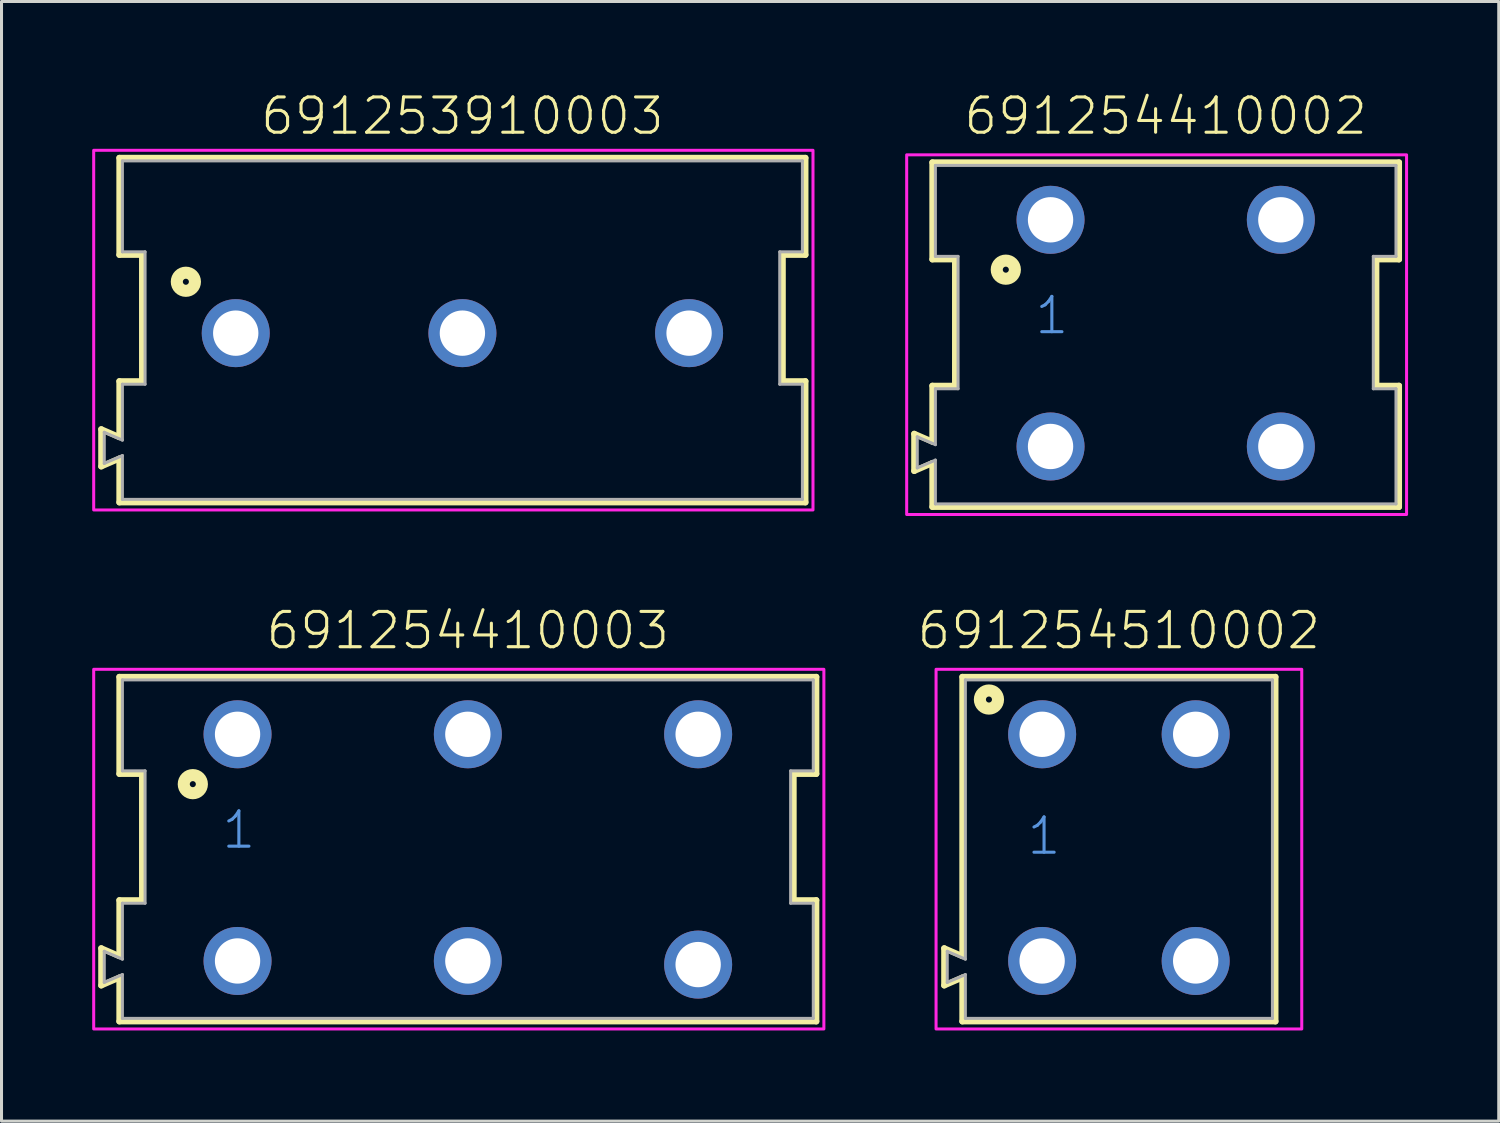
<source format=kicad_pcb>
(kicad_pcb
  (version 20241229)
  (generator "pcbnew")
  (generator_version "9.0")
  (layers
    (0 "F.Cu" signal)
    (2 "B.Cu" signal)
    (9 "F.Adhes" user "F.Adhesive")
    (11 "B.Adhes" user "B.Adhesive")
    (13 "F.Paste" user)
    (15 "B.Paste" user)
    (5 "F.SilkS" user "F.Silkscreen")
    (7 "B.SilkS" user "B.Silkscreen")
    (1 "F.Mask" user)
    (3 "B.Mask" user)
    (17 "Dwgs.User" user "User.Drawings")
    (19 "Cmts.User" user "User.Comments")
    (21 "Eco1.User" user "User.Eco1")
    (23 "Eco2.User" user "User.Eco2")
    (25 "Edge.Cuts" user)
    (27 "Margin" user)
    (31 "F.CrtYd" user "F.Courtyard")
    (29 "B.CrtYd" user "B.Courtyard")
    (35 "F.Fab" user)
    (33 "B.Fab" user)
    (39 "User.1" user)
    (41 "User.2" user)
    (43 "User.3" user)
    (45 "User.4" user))
  (footprint "691253910003"
    (layer "F.Cu")
    (at 12.25 7.973)
    (property "Reference" "691253910003" (at 0 -6.5 0) (unlocked yes) (layer "F.SilkS") (effects (font (size 1.168 1.168) (thickness 0.102)) (justify bottom)))
    (fp_line (start -11.95 3.18) (end -11.35 3.44) (stroke (width 0.2) (type solid)) (layer "F.SilkS"))
    (fp_line (start -11.95 4.41) (end -11.95 3.18) (stroke (width 0.2) (type solid)) (layer "F.SilkS"))
    (fp_line (start -11.35 -5.8) (end 11.35 -5.8) (stroke (width 0.2) (type solid)) (layer "F.SilkS"))
    (fp_line (start -11.35 -2.59) (end -11.35 -5.8) (stroke (width 0.2) (type solid)) (layer "F.SilkS"))
    (fp_line (start -11.35 1.59) (end -10.6 1.59) (stroke (width 0.2) (type solid)) (layer "F.SilkS"))
    (fp_line (start -11.35 3.44) (end -11.35 1.59) (stroke (width 0.2) (type solid)) (layer "F.SilkS"))
    (fp_line (start -11.35 4.15) (end -11.95 4.41) (stroke (width 0.2) (type solid)) (layer "F.SilkS"))
    (fp_line (start -11.35 5.6) (end -11.35 4.15) (stroke (width 0.2) (type solid)) (layer "F.SilkS"))
    (fp_line (start -10.6 -2.59) (end -11.35 -2.59) (stroke (width 0.2) (type solid)) (layer "F.SilkS"))
    (fp_line (start -10.6 1.59) (end -10.6 -2.59) (stroke (width 0.2) (type solid)) (layer "F.SilkS"))
    (fp_line (start 10.6 -2.59) (end 10.6 1.59) (stroke (width 0.2) (type solid)) (layer "F.SilkS"))
    (fp_line (start 10.6 1.59) (end 11.35 1.59) (stroke (width 0.2) (type solid)) (layer "F.SilkS"))
    (fp_line (start 11.35 -5.8) (end 11.35 -2.59) (stroke (width 0.2) (type solid)) (layer "F.SilkS"))
    (fp_line (start 11.35 -2.59) (end 10.6 -2.59) (stroke (width 0.2) (type solid)) (layer "F.SilkS"))
    (fp_line (start 11.35 1.59) (end 11.35 5.6) (stroke (width 0.2) (type solid)) (layer "F.SilkS"))
    (fp_line (start 11.35 5.6) (end -11.35 5.6) (stroke (width 0.2) (type solid)) (layer "F.SilkS"))
    (fp_circle (center -9.15 -1.7) (end -9.05 -1.7) (stroke (width 0.4) (type solid)) (fill no) (layer "F.SilkS"))
    (fp_poly (pts (xy 11.6 5.85) (xy -12.2 5.85) (xy -12.2 -6.05) (xy 11.6 -6.05)) (stroke (width 0.1) (type default)) (fill no) (layer "F.CrtYd"))
    (fp_line (start -11.85 3.28) (end -11.85 4.31) (stroke (width 0.1) (type solid)) (layer "F.Fab"))
    (fp_line (start -11.85 3.28) (end -11.25 3.54) (stroke (width 0.1) (type solid)) (layer "F.Fab"))
    (fp_line (start -11.85 4.31) (end -11.25 4.05) (stroke (width 0.1) (type solid)) (layer "F.Fab"))
    (fp_line (start -11.25 -5.7) (end -11.25 -2.69) (stroke (width 0.1) (type solid)) (layer "F.Fab"))
    (fp_line (start -11.25 -5.7) (end 11.25 -5.7) (stroke (width 0.1) (type solid)) (layer "F.Fab"))
    (fp_line (start -11.25 -2.69) (end -10.5 -2.69) (stroke (width 0.1) (type solid)) (layer "F.Fab"))
    (fp_line (start -11.25 1.69) (end -11.25 3.54) (stroke (width 0.1) (type solid)) (layer "F.Fab"))
    (fp_line (start -11.25 4.05) (end -11.25 5.5) (stroke (width 0.1) (type solid)) (layer "F.Fab"))
    (fp_line (start -11.25 5.5) (end 11.25 5.5) (stroke (width 0.1) (type solid)) (layer "F.Fab"))
    (fp_line (start -10.5 -2.69) (end -10.5 1.69) (stroke (width 0.1) (type solid)) (layer "F.Fab"))
    (fp_line (start -10.5 1.69) (end -11.25 1.69) (stroke (width 0.1) (type solid)) (layer "F.Fab"))
    (fp_line (start 10.5 -2.69) (end 10.5 1.69) (stroke (width 0.1) (type solid)) (layer "F.Fab"))
    (fp_line (start 10.5 1.69) (end 11.25 1.69) (stroke (width 0.1) (type solid)) (layer "F.Fab"))
    (fp_line (start 11.25 -5.7) (end 11.25 -2.69) (stroke (width 0.1) (type solid)) (layer "F.Fab"))
    (fp_line (start 11.25 -2.69) (end 10.5 -2.69) (stroke (width 0.1) (type solid)) (layer "F.Fab"))
    (fp_line (start 11.25 1.69) (end 11.25 5.5) (stroke (width 0.1) (type solid)) (layer "F.Fab"))
    (pad "1" thru_hole circle (at -7.5 0) (size 2.25 2.25) (drill 1.5) (layers "*.Cu" "*.Mask"))
    (pad "2" thru_hole circle (at 0 0) (size 2.25 2.25) (drill 1.5) (layers "*.Cu" "*.Mask"))
    (pad "3" thru_hole circle (at 7.5 0) (size 2.25 2.25) (drill 1.5) (layers "*.Cu" "*.Mask")))
  (footprint "691254410003"
    (layer "F.Cu")
    (at 12.43 24.996)
    (property "Reference" "691254410003" (at 0 -6.5 0) (unlocked yes) (layer "F.SilkS") (effects (font (size 1.168 1.168) (thickness 0.102)) (justify bottom)))
    (fp_line (start -12.13 3.33) (end -11.53 3.59) (stroke (width 0.2) (type solid)) (layer "F.SilkS"))
    (fp_line (start -12.13 4.56) (end -12.13 3.33) (stroke (width 0.2) (type solid)) (layer "F.SilkS"))
    (fp_line (start -11.53 -5.65) (end 11.53 -5.65) (stroke (width 0.2) (type solid)) (layer "F.SilkS"))
    (fp_line (start -11.53 -2.44) (end -11.53 -5.65) (stroke (width 0.2) (type solid)) (layer "F.SilkS"))
    (fp_line (start -11.53 1.74) (end -10.78 1.74) (stroke (width 0.2) (type solid)) (layer "F.SilkS"))
    (fp_line (start -11.53 3.59) (end -11.53 1.74) (stroke (width 0.2) (type solid)) (layer "F.SilkS"))
    (fp_line (start -11.53 4.3) (end -12.13 4.56) (stroke (width 0.2) (type solid)) (layer "F.SilkS"))
    (fp_line (start -11.53 5.75) (end -11.53 4.3) (stroke (width 0.2) (type solid)) (layer "F.SilkS"))
    (fp_line (start -10.78 -2.44) (end -11.53 -2.44) (stroke (width 0.2) (type solid)) (layer "F.SilkS"))
    (fp_line (start -10.78 1.74) (end -10.78 -2.44) (stroke (width 0.2) (type solid)) (layer "F.SilkS"))
    (fp_line (start 10.78 -2.44) (end 10.78 1.74) (stroke (width 0.2) (type solid)) (layer "F.SilkS"))
    (fp_line (start 10.78 1.74) (end 11.53 1.74) (stroke (width 0.2) (type solid)) (layer "F.SilkS"))
    (fp_line (start 11.53 -5.65) (end 11.53 -2.44) (stroke (width 0.2) (type solid)) (layer "F.SilkS"))
    (fp_line (start 11.53 -2.44) (end 10.78 -2.44) (stroke (width 0.2) (type solid)) (layer "F.SilkS"))
    (fp_line (start 11.53 1.74) (end 11.53 5.75) (stroke (width 0.2) (type solid)) (layer "F.SilkS"))
    (fp_line (start 11.53 5.75) (end -11.53 5.75) (stroke (width 0.2) (type solid)) (layer "F.SilkS"))
    (fp_circle (center -9.1 -2.1) (end -9 -2.1) (stroke (width 0.4) (type solid)) (fill no) (layer "F.SilkS"))
    (fp_poly (pts (xy 11.78 6) (xy -12.38 6) (xy -12.38 -5.9) (xy 11.78 -5.9)) (stroke (width 0.1) (type default)) (fill no) (layer "F.CrtYd"))
    (fp_line (start -12.03 3.43) (end -12.03 4.46) (stroke (width 0.1) (type solid)) (layer "F.Fab"))
    (fp_line (start -12.03 3.43) (end -11.43 3.69) (stroke (width 0.1) (type solid)) (layer "F.Fab"))
    (fp_line (start -12.03 4.46) (end -11.43 4.2) (stroke (width 0.1) (type solid)) (layer "F.Fab"))
    (fp_line (start -11.43 -5.55) (end -11.43 -2.54) (stroke (width 0.1) (type solid)) (layer "F.Fab"))
    (fp_line (start -11.43 -5.55) (end 11.43 -5.55) (stroke (width 0.1) (type solid)) (layer "F.Fab"))
    (fp_line (start -11.43 -2.54) (end -10.68 -2.54) (stroke (width 0.1) (type solid)) (layer "F.Fab"))
    (fp_line (start -11.43 1.84) (end -11.43 3.69) (stroke (width 0.1) (type solid)) (layer "F.Fab"))
    (fp_line (start -11.43 4.2) (end -11.43 5.65) (stroke (width 0.1) (type solid)) (layer "F.Fab"))
    (fp_line (start -11.43 5.65) (end 11.43 5.65) (stroke (width 0.1) (type solid)) (layer "F.Fab"))
    (fp_line (start -10.68 -2.54) (end -10.68 1.84) (stroke (width 0.1) (type solid)) (layer "F.Fab"))
    (fp_line (start -10.68 1.84) (end -11.43 1.84) (stroke (width 0.1) (type solid)) (layer "F.Fab"))
    (fp_line (start 10.68 -2.54) (end 10.68 1.84) (stroke (width 0.1) (type solid)) (layer "F.Fab"))
    (fp_line (start 10.68 1.84) (end 11.43 1.84) (stroke (width 0.1) (type solid)) (layer "F.Fab"))
    (fp_line (start 11.43 -5.55) (end 11.43 -2.54) (stroke (width 0.1) (type solid)) (layer "F.Fab"))
    (fp_line (start 11.43 -2.54) (end 10.68 -2.54) (stroke (width 0.1) (type solid)) (layer "F.Fab"))
    (fp_line (start 11.43 1.84) (end 11.43 5.65) (stroke (width 0.1) (type solid)) (layer "F.Fab"))
    (fp_text user "1" (at -8.2 0.1 0) (unlocked yes) (layer "Cmts.User") (effects (font (size 1.168 1.168) (thickness 0.102)) (justify left bottom)))
    (pad "1" thru_hole circle (at -7.62 -3.75) (size 2.25 2.25) (drill 1.5) (layers "*.Cu" "*.Mask"))
    (pad "2" thru_hole circle (at 0 -3.75) (size 2.25 2.25) (drill 1.5) (layers "*.Cu" "*.Mask"))
    (pad "3" thru_hole circle (at 7.62 -3.75) (size 2.25 2.25) (drill 1.5) (layers "*.Cu" "*.Mask"))
    (pad "A1" thru_hole circle (at -7.62 3.75) (size 2.25 2.25) (drill 1.5) (layers "*.Cu" "*.Mask"))
    (pad "A2" thru_hole circle (at 0 3.75) (size 2.25 2.25) (drill 1.5) (layers "*.Cu" "*.Mask"))
    (pad "A3" thru_hole circle (at 7.62 3.87) (size 2.25 2.25) (drill 1.5) (layers "*.Cu" "*.Mask")))
  (footprint "691254510002"
    (layer "F.Cu")
    (at 33.972 24.996)
    (property "Reference" "691254510002" (at 0 -6.5 0) (unlocked yes) (layer "F.SilkS") (effects (font (size 1.168 1.168) (thickness 0.102)) (justify bottom)))
    (fp_line (start -5.78 3.33) (end -5.18 3.59) (stroke (width 0.2) (type solid)) (layer "F.SilkS"))
    (fp_line (start -5.78 4.56) (end -5.78 3.33) (stroke (width 0.2) (type solid)) (layer "F.SilkS"))
    (fp_line (start -5.18 -5.65) (end 5.18 -5.65) (stroke (width 0.2) (type solid)) (layer "F.SilkS"))
    (fp_line (start -5.18 3.59) (end -5.18 -5.65) (stroke (width 0.2) (type solid)) (layer "F.SilkS"))
    (fp_line (start -5.18 4.3) (end -5.78 4.56) (stroke (width 0.2) (type solid)) (layer "F.SilkS"))
    (fp_line (start -5.18 5.75) (end -5.18 4.3) (stroke (width 0.2) (type solid)) (layer "F.SilkS"))
    (fp_line (start 5.18 -5.65) (end 5.18 5.75) (stroke (width 0.2) (type solid)) (layer "F.SilkS"))
    (fp_line (start 5.18 5.75) (end -5.18 5.75) (stroke (width 0.2) (type solid)) (layer "F.SilkS"))
    (fp_circle (center -4.3 -4.9) (end -4.2 -4.9) (stroke (width 0.4) (type solid)) (fill no) (layer "F.SilkS"))
    (fp_poly (pts (xy 6.05 6) (xy -6.05 6) (xy -6.05 -5.9) (xy 6.05 -5.9)) (stroke (width 0.1) (type default)) (fill no) (layer "F.CrtYd"))
    (fp_line (start -5.68 3.43) (end -5.08 3.69) (stroke (width 0.1) (type solid)) (layer "F.Fab"))
    (fp_line (start -5.68 4.46) (end -5.68 3.43) (stroke (width 0.1) (type solid)) (layer "F.Fab"))
    (fp_line (start -5.68 4.46) (end -5.08 4.2) (stroke (width 0.1) (type solid)) (layer "F.Fab"))
    (fp_line (start -5.08 -5.55) (end -5.08 3.69) (stroke (width 0.1) (type solid)) (layer "F.Fab"))
    (fp_line (start -5.08 -5.55) (end 5.08 -5.55) (stroke (width 0.1) (type solid)) (layer "F.Fab"))
    (fp_line (start -5.08 4.2) (end -5.08 5.65) (stroke (width 0.1) (type solid)) (layer "F.Fab"))
    (fp_line (start 5.08 -5.55) (end 5.08 5.65) (stroke (width 0.1) (type solid)) (layer "F.Fab"))
    (fp_line (start 5.08 5.65) (end -5.08 5.65) (stroke (width 0.1) (type solid)) (layer "F.Fab"))
    (fp_text user "1" (at -3.1 0.3 0) (unlocked yes) (layer "Cmts.User") (effects (font (size 1.168 1.168) (thickness 0.102)) (justify left bottom)))
    (pad "1" thru_hole circle (at -2.54 -3.75) (size 2.25 2.25) (drill 1.5) (layers "*.Cu" "*.Mask"))
    (pad "2" thru_hole circle (at 2.54 -3.75) (size 2.25 2.25) (drill 1.5) (layers "*.Cu" "*.Mask"))
    (pad "A1" thru_hole circle (at -2.54 3.75) (size 2.25 2.25) (drill 1.5) (layers "*.Cu" "*.Mask"))
    (pad "A2" thru_hole circle (at 2.54 3.75) (size 2.25 2.25) (drill 1.5) (layers "*.Cu" "*.Mask")))
  (footprint "691254410002"
    (layer "F.Cu")
    (at 35.52 7.973)
    (property "Reference" "691254410002" (at 0 -6.5 0) (unlocked yes) (layer "F.SilkS") (effects (font (size 1.168 1.168) (thickness 0.102)) (justify bottom)))
    (fp_line (start -8.32 3.33) (end -7.72 3.59) (stroke (width 0.2) (type solid)) (layer "F.SilkS"))
    (fp_line (start -8.32 4.56) (end -8.32 3.33) (stroke (width 0.2) (type solid)) (layer "F.SilkS"))
    (fp_line (start -7.72 -5.65) (end 7.72 -5.65) (stroke (width 0.2) (type solid)) (layer "F.SilkS"))
    (fp_line (start -7.72 -2.44) (end -7.72 -5.65) (stroke (width 0.2) (type solid)) (layer "F.SilkS"))
    (fp_line (start -7.72 1.74) (end -6.97 1.74) (stroke (width 0.2) (type solid)) (layer "F.SilkS"))
    (fp_line (start -7.72 3.59) (end -7.72 1.74) (stroke (width 0.2) (type solid)) (layer "F.SilkS"))
    (fp_line (start -7.72 4.3) (end -8.32 4.56) (stroke (width 0.2) (type solid)) (layer "F.SilkS"))
    (fp_line (start -7.72 5.75) (end -7.72 4.3) (stroke (width 0.2) (type solid)) (layer "F.SilkS"))
    (fp_line (start -6.97 -2.44) (end -7.72 -2.44) (stroke (width 0.2) (type solid)) (layer "F.SilkS"))
    (fp_line (start -6.97 1.74) (end -6.97 -2.44) (stroke (width 0.2) (type solid)) (layer "F.SilkS"))
    (fp_line (start 6.97 -2.44) (end 6.97 1.74) (stroke (width 0.2) (type solid)) (layer "F.SilkS"))
    (fp_line (start 6.97 1.74) (end 7.72 1.74) (stroke (width 0.2) (type solid)) (layer "F.SilkS"))
    (fp_line (start 7.72 -5.65) (end 7.72 -2.44) (stroke (width 0.2) (type solid)) (layer "F.SilkS"))
    (fp_line (start 7.72 -2.44) (end 6.97 -2.44) (stroke (width 0.2) (type solid)) (layer "F.SilkS"))
    (fp_line (start 7.72 1.74) (end 7.72 5.75) (stroke (width 0.2) (type solid)) (layer "F.SilkS"))
    (fp_line (start 7.72 5.75) (end -7.72 5.75) (stroke (width 0.2) (type solid)) (layer "F.SilkS"))
    (fp_circle (center -5.29 -2.1) (end -5.19 -2.1) (stroke (width 0.4) (type solid)) (fill no) (layer "F.SilkS"))
    (fp_poly (pts (xy 7.97 6) (xy -8.57 6) (xy -8.57 -5.9) (xy 7.97 -5.9)) (stroke (width 0.1) (type default)) (fill no) (layer "F.CrtYd"))
    (fp_line (start -8.22 3.43) (end -8.22 4.46) (stroke (width 0.1) (type solid)) (layer "F.Fab"))
    (fp_line (start -8.22 3.43) (end -7.62 3.69) (stroke (width 0.1) (type solid)) (layer "F.Fab"))
    (fp_line (start -8.22 4.46) (end -7.62 4.2) (stroke (width 0.1) (type solid)) (layer "F.Fab"))
    (fp_line (start -7.62 -5.55) (end -7.62 -2.54) (stroke (width 0.1) (type solid)) (layer "F.Fab"))
    (fp_line (start -7.62 -5.55) (end 7.62 -5.55) (stroke (width 0.1) (type solid)) (layer "F.Fab"))
    (fp_line (start -7.62 -2.54) (end -6.87 -2.54) (stroke (width 0.1) (type solid)) (layer "F.Fab"))
    (fp_line (start -7.62 1.84) (end -7.62 3.69) (stroke (width 0.1) (type solid)) (layer "F.Fab"))
    (fp_line (start -7.62 4.2) (end -7.62 5.65) (stroke (width 0.1) (type solid)) (layer "F.Fab"))
    (fp_line (start -7.62 5.65) (end 7.62 5.65) (stroke (width 0.1) (type solid)) (layer "F.Fab"))
    (fp_line (start -6.87 -2.54) (end -6.87 1.84) (stroke (width 0.1) (type solid)) (layer "F.Fab"))
    (fp_line (start -6.87 1.84) (end -7.62 1.84) (stroke (width 0.1) (type solid)) (layer "F.Fab"))
    (fp_line (start 6.87 -2.54) (end 6.87 1.84) (stroke (width 0.1) (type solid)) (layer "F.Fab"))
    (fp_line (start 6.87 1.84) (end 7.62 1.84) (stroke (width 0.1) (type solid)) (layer "F.Fab"))
    (fp_line (start 7.62 -5.55) (end 7.62 -2.54) (stroke (width 0.1) (type solid)) (layer "F.Fab"))
    (fp_line (start 7.62 -2.54) (end 6.87 -2.54) (stroke (width 0.1) (type solid)) (layer "F.Fab"))
    (fp_line (start 7.62 1.84) (end 7.62 5.65) (stroke (width 0.1) (type solid)) (layer "F.Fab"))
    (fp_text user "1" (at -4.39 0.1 0) (unlocked yes) (layer "Cmts.User") (effects (font (size 1.168 1.168) (thickness 0.102)) (justify left bottom)))
    (pad "1" thru_hole circle (at -3.81 -3.75) (size 2.25 2.25) (drill 1.5) (layers "*.Cu" "*.Mask"))
    (pad "2" thru_hole circle (at 3.81 -3.75) (size 2.25 2.25) (drill 1.5) (layers "*.Cu" "*.Mask"))
    (pad "A1" thru_hole circle (at -3.81 3.75) (size 2.25 2.25) (drill 1.5) (layers "*.Cu" "*.Mask"))
    (pad "A2" thru_hole circle (at 3.81 3.75) (size 2.25 2.25) (drill 1.5) (layers "*.Cu" "*.Mask")))
  (gr_rect
    (start -3 -3)
    (end 46.54 34.046)
    (stroke (width 0.1) (type default))
    (fill no)
    (layer "Edge.Cuts")))
</source>
